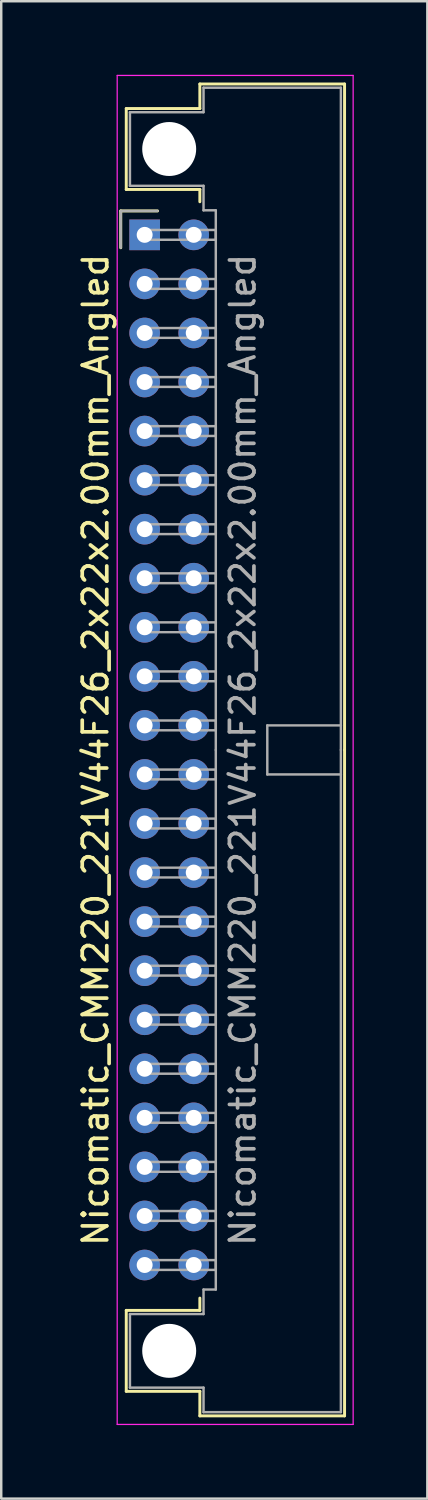
<source format=kicad_pcb>
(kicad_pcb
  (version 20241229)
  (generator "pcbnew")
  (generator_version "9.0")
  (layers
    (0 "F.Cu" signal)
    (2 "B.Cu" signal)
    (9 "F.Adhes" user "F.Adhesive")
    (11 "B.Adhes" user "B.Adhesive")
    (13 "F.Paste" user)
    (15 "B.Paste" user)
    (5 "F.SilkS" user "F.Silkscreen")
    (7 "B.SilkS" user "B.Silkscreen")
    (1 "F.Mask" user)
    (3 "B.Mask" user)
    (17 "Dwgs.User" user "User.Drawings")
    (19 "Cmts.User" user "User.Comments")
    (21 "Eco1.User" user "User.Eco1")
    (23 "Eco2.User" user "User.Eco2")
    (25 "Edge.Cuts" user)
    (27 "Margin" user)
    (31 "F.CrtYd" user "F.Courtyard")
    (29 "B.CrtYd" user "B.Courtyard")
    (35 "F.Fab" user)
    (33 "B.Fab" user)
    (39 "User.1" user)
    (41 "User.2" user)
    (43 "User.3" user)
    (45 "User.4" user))
  (footprint "Nicomatic_CMM220_221V44F26_2x22x2.00mm_Angled"
    (layer "F.Cu")
    (at 2.848 6.525)
    (property "Reference" "Nicomatic_CMM220_221V44F26_2x22x2.00mm_Angled" (at -2 21 90) (layer "F.SilkS") (effects (font (size 1 1) (thickness 0.15))))
    (attr through_hole)
    (fp_line (start -0.975 -0.975) (end -0.975 0.525) (stroke (width 0.12) (type solid)) (layer "F.SilkS"))
    (fp_line (start -0.75 -5.15) (end -0.75 -1.85) (stroke (width 0.12) (type solid)) (layer "F.SilkS"))
    (fp_line (start -0.75 -1.85) (end 2.25 -1.85) (stroke (width 0.12) (type solid)) (layer "F.SilkS"))
    (fp_line (start -0.75 43.85) (end 2.25 43.85) (stroke (width 0.12) (type solid)) (layer "F.SilkS"))
    (fp_line (start -0.75 47.15) (end -0.75 43.85) (stroke (width 0.12) (type solid)) (layer "F.SilkS"))
    (fp_line (start 0.525 -0.975) (end -0.975 -0.975) (stroke (width 0.12) (type solid)) (layer "F.SilkS"))
    (fp_line (start 2.25 -6.15) (end 2.25 -5.15) (stroke (width 0.12) (type solid)) (layer "F.SilkS"))
    (fp_line (start 2.25 -5.15) (end -0.75 -5.15) (stroke (width 0.12) (type solid)) (layer "F.SilkS"))
    (fp_line (start 2.25 -1.85) (end 2.25 -1.35) (stroke (width 0.12) (type solid)) (layer "F.SilkS"))
    (fp_line (start 2.25 43.85) (end 2.25 43.35) (stroke (width 0.12) (type solid)) (layer "F.SilkS"))
    (fp_line (start 2.25 47.15) (end -0.75 47.15) (stroke (width 0.12) (type solid)) (layer "F.SilkS"))
    (fp_line (start 2.25 48.15) (end 2.25 47.15) (stroke (width 0.12) (type solid)) (layer "F.SilkS"))
    (fp_line (start 8.15 -6.15) (end 2.25 -6.15) (stroke (width 0.12) (type solid)) (layer "F.SilkS"))
    (fp_line (start 8.15 21) (end 8.15 -6.15) (stroke (width 0.12) (type solid)) (layer "F.SilkS"))
    (fp_line (start 8.15 21) (end 8.15 48.15) (stroke (width 0.12) (type solid)) (layer "F.SilkS"))
    (fp_line (start 8.15 48.15) (end 2.25 48.15) (stroke (width 0.12) (type solid)) (layer "F.SilkS"))
    (fp_line (start -1.12 -6.5) (end -1.12 48.5) (stroke (width 0.05) (type solid)) (layer "F.CrtYd"))
    (fp_line (start -1.12 48.5) (end 8.5 48.5) (stroke (width 0.05) (type solid)) (layer "F.CrtYd"))
    (fp_line (start 8.5 -6.5) (end -1.12 -6.5) (stroke (width 0.05) (type solid)) (layer "F.CrtYd"))
    (fp_line (start 8.5 48.5) (end 8.5 -6.5) (stroke (width 0.05) (type solid)) (layer "F.CrtYd"))
    (fp_line (start -0.975 -0.975) (end -0.975 0.525) (stroke (width 0.1) (type solid)) (layer "F.Fab"))
    (fp_line (start -0.6 -5) (end -0.6 -2) (stroke (width 0.1) (type solid)) (layer "F.Fab"))
    (fp_line (start -0.6 -2) (end 2.4 -2) (stroke (width 0.1) (type solid)) (layer "F.Fab"))
    (fp_line (start -0.6 44) (end 2.4 44) (stroke (width 0.1) (type solid)) (layer "F.Fab"))
    (fp_line (start -0.6 47) (end -0.6 44) (stroke (width 0.1) (type solid)) (layer "F.Fab"))
    (fp_line (start 0 -0.2) (end 0 0.2) (stroke (width 0.1) (type solid)) (layer "F.Fab"))
    (fp_line (start 0 0.2) (end 2.9 0.2) (stroke (width 0.1) (type solid)) (layer "F.Fab"))
    (fp_line (start 0 1.8) (end 0 2.2) (stroke (width 0.1) (type solid)) (layer "F.Fab"))
    (fp_line (start 0 2.2) (end 2.9 2.2) (stroke (width 0.1) (type solid)) (layer "F.Fab"))
    (fp_line (start 0 3.8) (end 0 4.2) (stroke (width 0.1) (type solid)) (layer "F.Fab"))
    (fp_line (start 0 4.2) (end 2.9 4.2) (stroke (width 0.1) (type solid)) (layer "F.Fab"))
    (fp_line (start 0 5.8) (end 0 6.2) (stroke (width 0.1) (type solid)) (layer "F.Fab"))
    (fp_line (start 0 6.2) (end 2.9 6.2) (stroke (width 0.1) (type solid)) (layer "F.Fab"))
    (fp_line (start 0 7.8) (end 0 8.2) (stroke (width 0.1) (type solid)) (layer "F.Fab"))
    (fp_line (start 0 8.2) (end 2.9 8.2) (stroke (width 0.1) (type solid)) (layer "F.Fab"))
    (fp_line (start 0 9.8) (end 0 10.2) (stroke (width 0.1) (type solid)) (layer "F.Fab"))
    (fp_line (start 0 10.2) (end 2.9 10.2) (stroke (width 0.1) (type solid)) (layer "F.Fab"))
    (fp_line (start 0 11.8) (end 0 12.2) (stroke (width 0.1) (type solid)) (layer "F.Fab"))
    (fp_line (start 0 12.2) (end 2.9 12.2) (stroke (width 0.1) (type solid)) (layer "F.Fab"))
    (fp_line (start 0 13.8) (end 0 14.2) (stroke (width 0.1) (type solid)) (layer "F.Fab"))
    (fp_line (start 0 14.2) (end 2.9 14.2) (stroke (width 0.1) (type solid)) (layer "F.Fab"))
    (fp_line (start 0 15.8) (end 0 16.2) (stroke (width 0.1) (type solid)) (layer "F.Fab"))
    (fp_line (start 0 16.2) (end 2.9 16.2) (stroke (width 0.1) (type solid)) (layer "F.Fab"))
    (fp_line (start 0 17.8) (end 0 18.2) (stroke (width 0.1) (type solid)) (layer "F.Fab"))
    (fp_line (start 0 18.2) (end 2.9 18.2) (stroke (width 0.1) (type solid)) (layer "F.Fab"))
    (fp_line (start 0 19.8) (end 0 20.2) (stroke (width 0.1) (type solid)) (layer "F.Fab"))
    (fp_line (start 0 20.2) (end 2.9 20.2) (stroke (width 0.1) (type solid)) (layer "F.Fab"))
    (fp_line (start 0 21.8) (end 0 22.2) (stroke (width 0.1) (type solid)) (layer "F.Fab"))
    (fp_line (start 0 22.2) (end 2.9 22.2) (stroke (width 0.1) (type solid)) (layer "F.Fab"))
    (fp_line (start 0 23.8) (end 0 24.2) (stroke (width 0.1) (type solid)) (layer "F.Fab"))
    (fp_line (start 0 24.2) (end 2.9 24.2) (stroke (width 0.1) (type solid)) (layer "F.Fab"))
    (fp_line (start 0 25.8) (end 0 26.2) (stroke (width 0.1) (type solid)) (layer "F.Fab"))
    (fp_line (start 0 26.2) (end 2.9 26.2) (stroke (width 0.1) (type solid)) (layer "F.Fab"))
    (fp_line (start 0 27.8) (end 0 28.2) (stroke (width 0.1) (type solid)) (layer "F.Fab"))
    (fp_line (start 0 28.2) (end 2.9 28.2) (stroke (width 0.1) (type solid)) (layer "F.Fab"))
    (fp_line (start 0 29.8) (end 0 30.2) (stroke (width 0.1) (type solid)) (layer "F.Fab"))
    (fp_line (start 0 30.2) (end 2.9 30.2) (stroke (width 0.1) (type solid)) (layer "F.Fab"))
    (fp_line (start 0 31.8) (end 0 32.2) (stroke (width 0.1) (type solid)) (layer "F.Fab"))
    (fp_line (start 0 32.2) (end 2.9 32.2) (stroke (width 0.1) (type solid)) (layer "F.Fab"))
    (fp_line (start 0 33.8) (end 0 34.2) (stroke (width 0.1) (type solid)) (layer "F.Fab"))
    (fp_line (start 0 34.2) (end 2.9 34.2) (stroke (width 0.1) (type solid)) (layer "F.Fab"))
    (fp_line (start 0 35.8) (end 0 36.2) (stroke (width 0.1) (type solid)) (layer "F.Fab"))
    (fp_line (start 0 36.2) (end 2.9 36.2) (stroke (width 0.1) (type solid)) (layer "F.Fab"))
    (fp_line (start 0 37.8) (end 0 38.2) (stroke (width 0.1) (type solid)) (layer "F.Fab"))
    (fp_line (start 0 38.2) (end 2.9 38.2) (stroke (width 0.1) (type solid)) (layer "F.Fab"))
    (fp_line (start 0 39.8) (end 0 40.2) (stroke (width 0.1) (type solid)) (layer "F.Fab"))
    (fp_line (start 0 40.2) (end 2.9 40.2) (stroke (width 0.1) (type solid)) (layer "F.Fab"))
    (fp_line (start 0 41.8) (end 0 42.2) (stroke (width 0.1) (type solid)) (layer "F.Fab"))
    (fp_line (start 0 42.2) (end 2.9 42.2) (stroke (width 0.1) (type solid)) (layer "F.Fab"))
    (fp_line (start 0.525 -0.975) (end -0.975 -0.975) (stroke (width 0.1) (type solid)) (layer "F.Fab"))
    (fp_line (start 2.4 -6) (end 2.4 -5) (stroke (width 0.1) (type solid)) (layer "F.Fab"))
    (fp_line (start 2.4 -5) (end -0.6 -5) (stroke (width 0.1) (type solid)) (layer "F.Fab"))
    (fp_line (start 2.4 -2) (end 2.4 -1) (stroke (width 0.1) (type solid)) (layer "F.Fab"))
    (fp_line (start 2.4 -1) (end 2.9 -1) (stroke (width 0.1) (type solid)) (layer "F.Fab"))
    (fp_line (start 2.4 43) (end 2.9 43) (stroke (width 0.1) (type solid)) (layer "F.Fab"))
    (fp_line (start 2.4 44) (end 2.4 43) (stroke (width 0.1) (type solid)) (layer "F.Fab"))
    (fp_line (start 2.4 47) (end -0.6 47) (stroke (width 0.1) (type solid)) (layer "F.Fab"))
    (fp_line (start 2.4 48) (end 2.4 47) (stroke (width 0.1) (type solid)) (layer "F.Fab"))
    (fp_line (start 2.9 -1) (end 2.9 21) (stroke (width 0.1) (type solid)) (layer "F.Fab"))
    (fp_line (start 2.9 -0.2) (end 0 -0.2) (stroke (width 0.1) (type solid)) (layer "F.Fab"))
    (fp_line (start 2.9 0.2) (end 2.9 -0.2) (stroke (width 0.1) (type solid)) (layer "F.Fab"))
    (fp_line (start 2.9 1.8) (end 0 1.8) (stroke (width 0.1) (type solid)) (layer "F.Fab"))
    (fp_line (start 2.9 2.2) (end 2.9 1.8) (stroke (width 0.1) (type solid)) (layer "F.Fab"))
    (fp_line (start 2.9 3.8) (end 0 3.8) (stroke (width 0.1) (type solid)) (layer "F.Fab"))
    (fp_line (start 2.9 4.2) (end 2.9 3.8) (stroke (width 0.1) (type solid)) (layer "F.Fab"))
    (fp_line (start 2.9 5.8) (end 0 5.8) (stroke (width 0.1) (type solid)) (layer "F.Fab"))
    (fp_line (start 2.9 6.2) (end 2.9 5.8) (stroke (width 0.1) (type solid)) (layer "F.Fab"))
    (fp_line (start 2.9 7.8) (end 0 7.8) (stroke (width 0.1) (type solid)) (layer "F.Fab"))
    (fp_line (start 2.9 8.2) (end 2.9 7.8) (stroke (width 0.1) (type solid)) (layer "F.Fab"))
    (fp_line (start 2.9 9.8) (end 0 9.8) (stroke (width 0.1) (type solid)) (layer "F.Fab"))
    (fp_line (start 2.9 10.2) (end 2.9 9.8) (stroke (width 0.1) (type solid)) (layer "F.Fab"))
    (fp_line (start 2.9 11.8) (end 0 11.8) (stroke (width 0.1) (type solid)) (layer "F.Fab"))
    (fp_line (start 2.9 12.2) (end 2.9 11.8) (stroke (width 0.1) (type solid)) (layer "F.Fab"))
    (fp_line (start 2.9 13.8) (end 0 13.8) (stroke (width 0.1) (type solid)) (layer "F.Fab"))
    (fp_line (start 2.9 14.2) (end 2.9 13.8) (stroke (width 0.1) (type solid)) (layer "F.Fab"))
    (fp_line (start 2.9 15.8) (end 0 15.8) (stroke (width 0.1) (type solid)) (layer "F.Fab"))
    (fp_line (start 2.9 16.2) (end 2.9 15.8) (stroke (width 0.1) (type solid)) (layer "F.Fab"))
    (fp_line (start 2.9 17.8) (end 0 17.8) (stroke (width 0.1) (type solid)) (layer "F.Fab"))
    (fp_line (start 2.9 18.2) (end 2.9 17.8) (stroke (width 0.1) (type solid)) (layer "F.Fab"))
    (fp_line (start 2.9 19.8) (end 0 19.8) (stroke (width 0.1) (type solid)) (layer "F.Fab"))
    (fp_line (start 2.9 20.2) (end 2.9 19.8) (stroke (width 0.1) (type solid)) (layer "F.Fab"))
    (fp_line (start 2.9 21.8) (end 0 21.8) (stroke (width 0.1) (type solid)) (layer "F.Fab"))
    (fp_line (start 2.9 22.2) (end 2.9 21.8) (stroke (width 0.1) (type solid)) (layer "F.Fab"))
    (fp_line (start 2.9 23.8) (end 0 23.8) (stroke (width 0.1) (type solid)) (layer "F.Fab"))
    (fp_line (start 2.9 24.2) (end 2.9 23.8) (stroke (width 0.1) (type solid)) (layer "F.Fab"))
    (fp_line (start 2.9 25.8) (end 0 25.8) (stroke (width 0.1) (type solid)) (layer "F.Fab"))
    (fp_line (start 2.9 26.2) (end 2.9 25.8) (stroke (width 0.1) (type solid)) (layer "F.Fab"))
    (fp_line (start 2.9 27.8) (end 0 27.8) (stroke (width 0.1) (type solid)) (layer "F.Fab"))
    (fp_line (start 2.9 28.2) (end 2.9 27.8) (stroke (width 0.1) (type solid)) (layer "F.Fab"))
    (fp_line (start 2.9 29.8) (end 0 29.8) (stroke (width 0.1) (type solid)) (layer "F.Fab"))
    (fp_line (start 2.9 30.2) (end 2.9 29.8) (stroke (width 0.1) (type solid)) (layer "F.Fab"))
    (fp_line (start 2.9 31.8) (end 0 31.8) (stroke (width 0.1) (type solid)) (layer "F.Fab"))
    (fp_line (start 2.9 32.2) (end 2.9 31.8) (stroke (width 0.1) (type solid)) (layer "F.Fab"))
    (fp_line (start 2.9 33.8) (end 0 33.8) (stroke (width 0.1) (type solid)) (layer "F.Fab"))
    (fp_line (start 2.9 34.2) (end 2.9 33.8) (stroke (width 0.1) (type solid)) (layer "F.Fab"))
    (fp_line (start 2.9 35.8) (end 0 35.8) (stroke (width 0.1) (type solid)) (layer "F.Fab"))
    (fp_line (start 2.9 36.2) (end 2.9 35.8) (stroke (width 0.1) (type solid)) (layer "F.Fab"))
    (fp_line (start 2.9 37.8) (end 0 37.8) (stroke (width 0.1) (type solid)) (layer "F.Fab"))
    (fp_line (start 2.9 38.2) (end 2.9 37.8) (stroke (width 0.1) (type solid)) (layer "F.Fab"))
    (fp_line (start 2.9 39.8) (end 0 39.8) (stroke (width 0.1) (type solid)) (layer "F.Fab"))
    (fp_line (start 2.9 40.2) (end 2.9 39.8) (stroke (width 0.1) (type solid)) (layer "F.Fab"))
    (fp_line (start 2.9 41.8) (end 0 41.8) (stroke (width 0.1) (type solid)) (layer "F.Fab"))
    (fp_line (start 2.9 42.2) (end 2.9 41.8) (stroke (width 0.1) (type solid)) (layer "F.Fab"))
    (fp_line (start 2.9 43) (end 2.9 21) (stroke (width 0.1) (type solid)) (layer "F.Fab"))
    (fp_line (start 5 20) (end 5 22) (stroke (width 0.1) (type solid)) (layer "F.Fab"))
    (fp_line (start 5 22) (end 8 22) (stroke (width 0.1) (type solid)) (layer "F.Fab"))
    (fp_line (start 8 -6) (end 2.4 -6) (stroke (width 0.1) (type solid)) (layer "F.Fab"))
    (fp_line (start 8 20) (end 5 20) (stroke (width 0.1) (type solid)) (layer "F.Fab"))
    (fp_line (start 8 21) (end 8 -6) (stroke (width 0.1) (type solid)) (layer "F.Fab"))
    (fp_line (start 8 21) (end 8 48) (stroke (width 0.1) (type solid)) (layer "F.Fab"))
    (fp_line (start 8 48) (end 2.4 48) (stroke (width 0.1) (type solid)) (layer "F.Fab"))
    (fp_text user "${REFERENCE}" (at 4 21 90) (layer "F.Fab") (effects (font (size 1 1) (thickness 0.15))))
    (pad "" np_thru_hole circle (at 1 -3.5) (size 2.2 2.2) (drill 2.2) (layers "*.Cu" "*.Mask"))
    (pad "" np_thru_hole circle (at 1 45.5) (size 2.2 2.2) (drill 2.2) (layers "*.Cu" "*.Mask"))
    (pad "1" thru_hole rect (at 0 0) (size 1.25 1.25) (drill 0.65) (layers "*.Cu" "*.Mask"))
    (pad "2" thru_hole oval (at 0 2) (size 1.25 1.25) (drill 0.65) (layers "*.Cu" "*.Mask"))
    (pad "3" thru_hole oval (at 0 4) (size 1.25 1.25) (drill 0.65) (layers "*.Cu" "*.Mask"))
    (pad "4" thru_hole oval (at 0 6) (size 1.25 1.25) (drill 0.65) (layers "*.Cu" "*.Mask"))
    (pad "5" thru_hole oval (at 0 8) (size 1.25 1.25) (drill 0.65) (layers "*.Cu" "*.Mask"))
    (pad "6" thru_hole oval (at 0 10) (size 1.25 1.25) (drill 0.65) (layers "*.Cu" "*.Mask"))
    (pad "7" thru_hole oval (at 0 12) (size 1.25 1.25) (drill 0.65) (layers "*.Cu" "*.Mask"))
    (pad "8" thru_hole oval (at 0 14) (size 1.25 1.25) (drill 0.65) (layers "*.Cu" "*.Mask"))
    (pad "9" thru_hole oval (at 0 16) (size 1.25 1.25) (drill 0.65) (layers "*.Cu" "*.Mask"))
    (pad "10" thru_hole oval (at 0 18) (size 1.25 1.25) (drill 0.65) (layers "*.Cu" "*.Mask"))
    (pad "11" thru_hole oval (at 0 20) (size 1.25 1.25) (drill 0.65) (layers "*.Cu" "*.Mask"))
    (pad "12" thru_hole oval (at 0 22) (size 1.25 1.25) (drill 0.65) (layers "*.Cu" "*.Mask"))
    (pad "13" thru_hole oval (at 0 24) (size 1.25 1.25) (drill 0.65) (layers "*.Cu" "*.Mask"))
    (pad "14" thru_hole oval (at 0 26) (size 1.25 1.25) (drill 0.65) (layers "*.Cu" "*.Mask"))
    (pad "15" thru_hole oval (at 0 28) (size 1.25 1.25) (drill 0.65) (layers "*.Cu" "*.Mask"))
    (pad "16" thru_hole oval (at 0 30) (size 1.25 1.25) (drill 0.65) (layers "*.Cu" "*.Mask"))
    (pad "17" thru_hole oval (at 0 32) (size 1.25 1.25) (drill 0.65) (layers "*.Cu" "*.Mask"))
    (pad "18" thru_hole oval (at 0 34) (size 1.25 1.25) (drill 0.65) (layers "*.Cu" "*.Mask"))
    (pad "19" thru_hole oval (at 0 36) (size 1.25 1.25) (drill 0.65) (layers "*.Cu" "*.Mask"))
    (pad "20" thru_hole oval (at 0 38) (size 1.25 1.25) (drill 0.65) (layers "*.Cu" "*.Mask"))
    (pad "21" thru_hole oval (at 0 40) (size 1.25 1.25) (drill 0.65) (layers "*.Cu" "*.Mask"))
    (pad "22" thru_hole oval (at 0 42) (size 1.25 1.25) (drill 0.65) (layers "*.Cu" "*.Mask"))
    (pad "23" thru_hole oval (at 2 0) (size 1.25 1.25) (drill 0.65) (layers "*.Cu" "*.Mask"))
    (pad "24" thru_hole oval (at 2 2) (size 1.25 1.25) (drill 0.65) (layers "*.Cu" "*.Mask"))
    (pad "25" thru_hole oval (at 2 4) (size 1.25 1.25) (drill 0.65) (layers "*.Cu" "*.Mask"))
    (pad "26" thru_hole oval (at 2 6) (size 1.25 1.25) (drill 0.65) (layers "*.Cu" "*.Mask"))
    (pad "27" thru_hole oval (at 2 8) (size 1.25 1.25) (drill 0.65) (layers "*.Cu" "*.Mask"))
    (pad "28" thru_hole oval (at 2 10) (size 1.25 1.25) (drill 0.65) (layers "*.Cu" "*.Mask"))
    (pad "29" thru_hole oval (at 2 12) (size 1.25 1.25) (drill 0.65) (layers "*.Cu" "*.Mask"))
    (pad "30" thru_hole oval (at 2 14) (size 1.25 1.25) (drill 0.65) (layers "*.Cu" "*.Mask"))
    (pad "31" thru_hole oval (at 2 16) (size 1.25 1.25) (drill 0.65) (layers "*.Cu" "*.Mask"))
    (pad "32" thru_hole oval (at 2 18) (size 1.25 1.25) (drill 0.65) (layers "*.Cu" "*.Mask"))
    (pad "33" thru_hole oval (at 2 20) (size 1.25 1.25) (drill 0.65) (layers "*.Cu" "*.Mask"))
    (pad "34" thru_hole oval (at 2 22) (size 1.25 1.25) (drill 0.65) (layers "*.Cu" "*.Mask"))
    (pad "35" thru_hole oval (at 2 24) (size 1.25 1.25) (drill 0.65) (layers "*.Cu" "*.Mask"))
    (pad "36" thru_hole oval (at 2 26) (size 1.25 1.25) (drill 0.65) (layers "*.Cu" "*.Mask"))
    (pad "37" thru_hole oval (at 2 28) (size 1.25 1.25) (drill 0.65) (layers "*.Cu" "*.Mask"))
    (pad "38" thru_hole oval (at 2 30) (size 1.25 1.25) (drill 0.65) (layers "*.Cu" "*.Mask"))
    (pad "39" thru_hole oval (at 2 32) (size 1.25 1.25) (drill 0.65) (layers "*.Cu" "*.Mask"))
    (pad "40" thru_hole oval (at 2 34) (size 1.25 1.25) (drill 0.65) (layers "*.Cu" "*.Mask"))
    (pad "41" thru_hole oval (at 2 36) (size 1.25 1.25) (drill 0.65) (layers "*.Cu" "*.Mask"))
    (pad "42" thru_hole oval (at 2 38) (size 1.25 1.25) (drill 0.65) (layers "*.Cu" "*.Mask"))
    (pad "43" thru_hole oval (at 2 40) (size 1.25 1.25) (drill 0.65) (layers "*.Cu" "*.Mask"))
    (pad "44" thru_hole oval (at 2 42) (size 1.25 1.25) (drill 0.65) (layers "*.Cu" "*.Mask")))
  (gr_rect
    (start -3 -3)
    (end 14.373 58.05)
    (stroke (width 0.1) (type default))
    (fill no)
    (layer "Edge.Cuts")))
</source>
